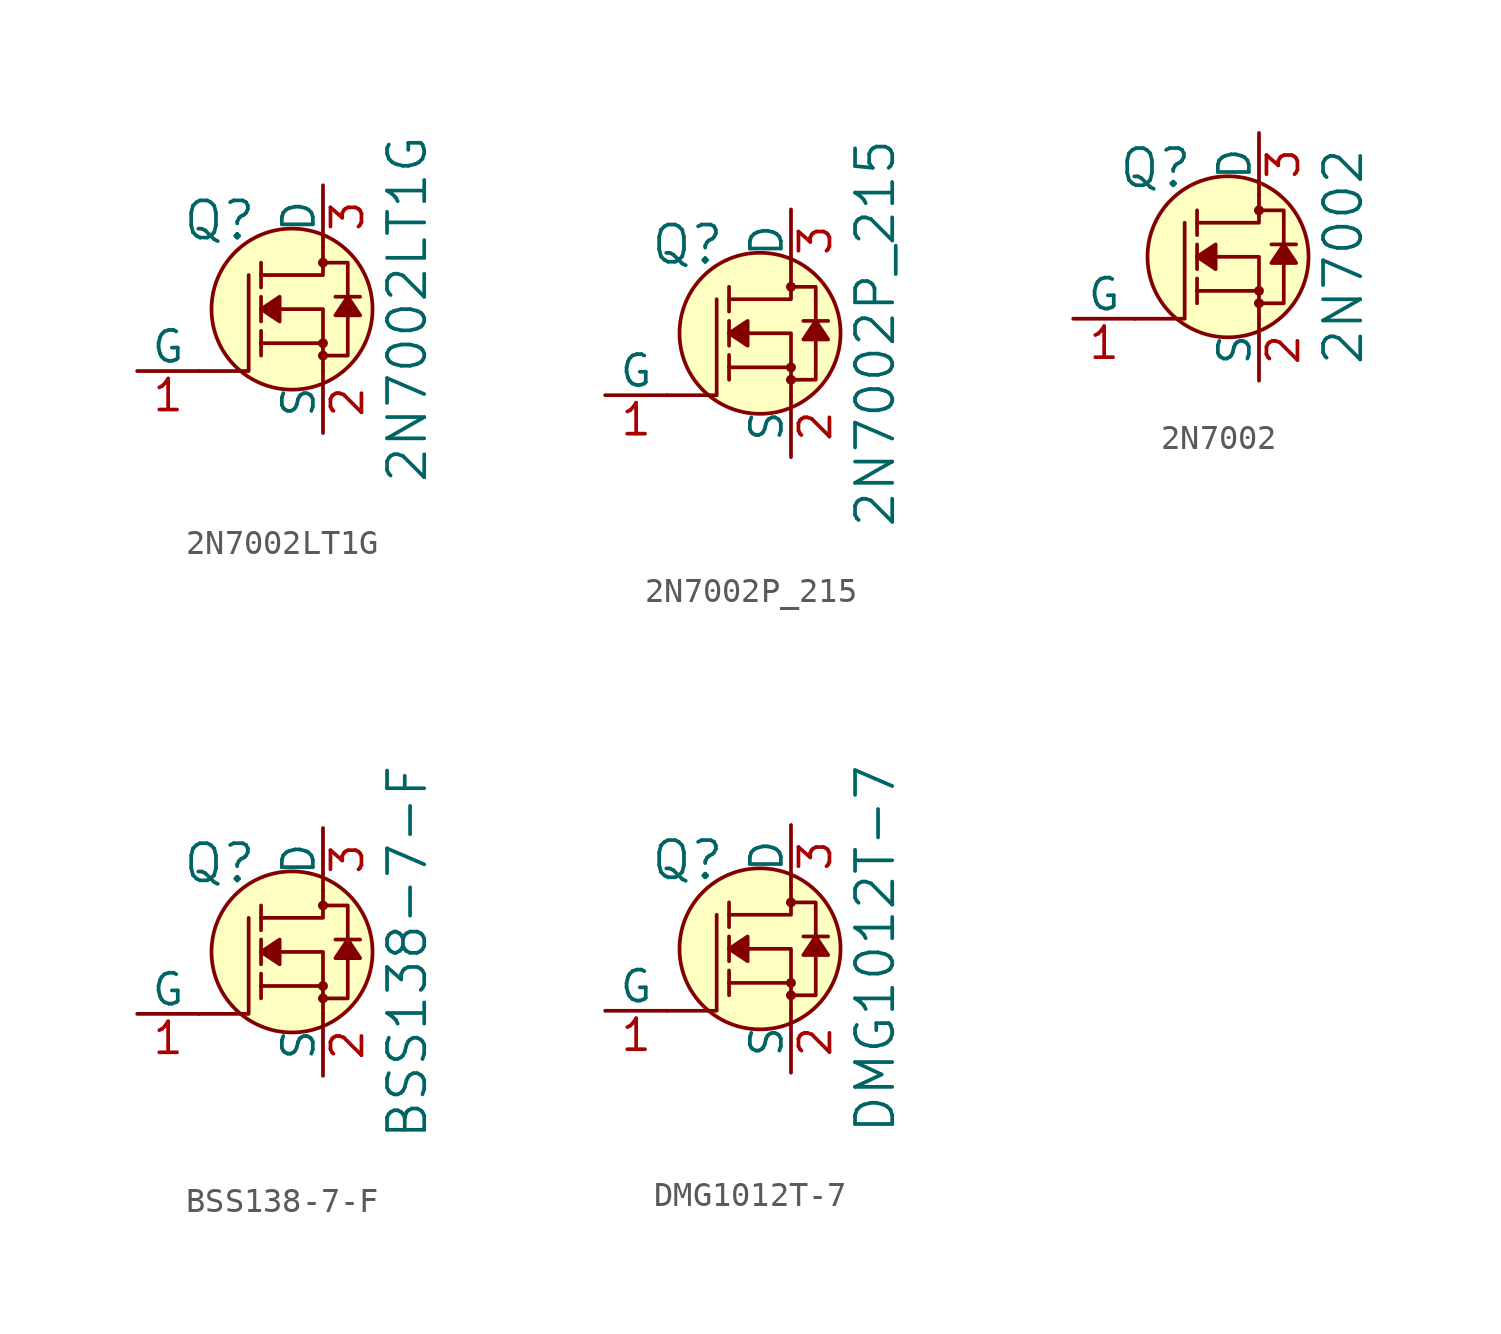
<source format=kicad_sym>
(kicad_symbol_lib
  (version 20220914)
  (generator kicad_symbol_editor)
  (symbol "2N7002LT1G"
    (pin_names
      (offset 0))
    (property "Reference" "Q"
      (at -2.692 3.632 0)
      (effects (font (size 1.524 1.524)) (justify right)))
    (property "Value" "2N7002LT1G"
      (at 3.454 0 90)
      (effects (font (size 1.524 1.524))))
    (symbol "2N7002LT1G_0_1"
      (circle (center -1.27 0) (radius 3.302) (stroke (width 0) (type solid)) (fill (type background)))
      (circle (center 0 -1.905) (radius 0.127) (stroke (width 0) (type solid)) (fill (type none)))
      (circle (center 0 -1.397) (radius 0.127) (stroke (width 0) (type solid)) (fill (type none)))
      (polyline (pts (xy 0 -1.397) (xy -2.54 -1.397)) (stroke (width 0) (type solid)) (fill (type none)))
      (polyline (pts (xy -5.08 -2.54) (xy -3.048 -2.54) (xy -3.048 1.397)) (stroke (width 0) (type solid)) (fill (type none)))
      (polyline (pts (xy 0 -2.54) (xy 0 0) (xy -2.54 0)) (stroke (width 0) (type solid)) (fill (type none)))
      (polyline (pts (xy 0 2.54) (xy 0 1.397) (xy -2.54 1.397)) (stroke (width 0) (type solid)) (fill (type none)))
      (polyline (pts (xy -0.127 -1.905) (xy 1.016 -1.905) (xy 1.016 1.397) (xy 1.016 1.905) (xy -0.127 1.905)) (stroke (width 0) (type solid)) (fill (type none)))
      (circle (center 0 1.905) (radius 0.127) (stroke (width 0) (type solid)) (fill (type none))))
    (symbol "2N7002LT1G_1_1"
      (polyline (pts (xy -2.54 -1.397) (xy -2.54 -1.905)) (stroke (width 0) (type solid)) (fill (type none)))
      (polyline (pts (xy -2.54 -1.397) (xy -2.54 -0.889)) (stroke (width 0) (type solid)) (fill (type none)))
      (polyline (pts (xy -2.54 0) (xy -2.54 -0.508)) (stroke (width 0) (type solid)) (fill (type none)))
      (polyline (pts (xy -2.54 0) (xy -2.54 0.508)) (stroke (width 0) (type solid)) (fill (type none)))
      (polyline (pts (xy -2.54 1.905) (xy -2.54 0.889)) (stroke (width 0) (type solid)) (fill (type none)))
      (polyline (pts (xy 1.524 0.508) (xy 0.508 0.508)) (stroke (width 0) (type solid)) (fill (type none)))
      (polyline (pts (xy -2.54 0) (xy -1.778 0.508) (xy -1.778 -0.508) (xy -2.54 0)) (stroke (width 0) (type solid)) (fill (type outline)))
      (polyline (pts (xy 1.016 0.508) (xy 0.508 -0.254) (xy 1.524 -0.254) (xy 1.016 0.508)) (stroke (width 0) (type solid)) (fill (type outline)))
      (pin bidirectional line (at -7.62 -2.54 0) (length 2.54) (name "G" (effects (font (size 1.27 1.27)))) (number "1" (effects (font (size 1.27 1.27)))))
      (pin bidirectional line (at 0 -5.08 90) (length 2.54) (name "S" (effects (font (size 1.27 1.27)))) (number "2" (effects (font (size 1.27 1.27)))))
      (pin bidirectional line (at 0 5.08 270) (length 2.54) (name "D" (effects (font (size 1.27 1.27)))) (number "3" (effects (font (size 1.27 1.27)))))))
  (symbol "2N7002P_215"
    (pin_names
      (offset 0))
    (property "Reference" "Q"
      (at -2.692 3.632 0)
      (effects (font (size 1.524 1.524)) (justify right)))
    (property "Value" "2N7002P_215"
      (at 3.454 0 90)
      (effects (font (size 1.524 1.524))))
    (symbol "2N7002P_215_0_1"
      (circle (center -1.27 0) (radius 3.302) (stroke (width 0) (type solid)) (fill (type background)))
      (circle (center 0 -1.905) (radius 0.127) (stroke (width 0) (type solid)) (fill (type none)))
      (circle (center 0 -1.397) (radius 0.127) (stroke (width 0) (type solid)) (fill (type none)))
      (polyline (pts (xy 0 -1.397) (xy -2.54 -1.397)) (stroke (width 0) (type solid)) (fill (type none)))
      (polyline (pts (xy -5.08 -2.54) (xy -3.048 -2.54) (xy -3.048 1.397)) (stroke (width 0) (type solid)) (fill (type none)))
      (polyline (pts (xy 0 -2.54) (xy 0 0) (xy -2.54 0)) (stroke (width 0) (type solid)) (fill (type none)))
      (polyline (pts (xy 0 2.54) (xy 0 1.397) (xy -2.54 1.397)) (stroke (width 0) (type solid)) (fill (type none)))
      (polyline (pts (xy -0.127 -1.905) (xy 1.016 -1.905) (xy 1.016 1.397) (xy 1.016 1.905) (xy -0.127 1.905)) (stroke (width 0) (type solid)) (fill (type none)))
      (circle (center 0 1.905) (radius 0.127) (stroke (width 0) (type solid)) (fill (type none))))
    (symbol "2N7002P_215_1_1"
      (polyline (pts (xy -2.54 -1.397) (xy -2.54 -1.905)) (stroke (width 0) (type solid)) (fill (type none)))
      (polyline (pts (xy -2.54 -1.397) (xy -2.54 -0.889)) (stroke (width 0) (type solid)) (fill (type none)))
      (polyline (pts (xy -2.54 0) (xy -2.54 -0.508)) (stroke (width 0) (type solid)) (fill (type none)))
      (polyline (pts (xy -2.54 0) (xy -2.54 0.508)) (stroke (width 0) (type solid)) (fill (type none)))
      (polyline (pts (xy -2.54 1.905) (xy -2.54 0.889)) (stroke (width 0) (type solid)) (fill (type none)))
      (polyline (pts (xy 1.524 0.508) (xy 0.508 0.508)) (stroke (width 0) (type solid)) (fill (type none)))
      (polyline (pts (xy -2.54 0) (xy -1.778 0.508) (xy -1.778 -0.508) (xy -2.54 0)) (stroke (width 0) (type solid)) (fill (type outline)))
      (polyline (pts (xy 1.016 0.508) (xy 0.508 -0.254) (xy 1.524 -0.254) (xy 1.016 0.508)) (stroke (width 0) (type solid)) (fill (type outline)))
      (pin bidirectional line (at -7.62 -2.54 0) (length 2.54) (name "G" (effects (font (size 1.27 1.27)))) (number "1" (effects (font (size 1.27 1.27)))))
      (pin bidirectional line (at 0 -5.08 90) (length 2.54) (name "S" (effects (font (size 1.27 1.27)))) (number "2" (effects (font (size 1.27 1.27)))))
      (pin bidirectional line (at 0 5.08 270) (length 2.54) (name "D" (effects (font (size 1.27 1.27)))) (number "3" (effects (font (size 1.27 1.27)))))))
  (symbol "2N7002"
    (pin_names
      (offset 0))
    (property "Reference" "Q"
      (at -2.692 3.632 0)
      (effects (font (size 1.524 1.524)) (justify right)))
    (property "Value" "2N7002"
      (at 3.454 0 90)
      (effects (font (size 1.524 1.524))))
    (symbol "2N7002_0_1"
      (circle (center -1.27 0) (radius 3.302) (stroke (width 0) (type solid)) (fill (type background)))
      (circle (center 0 -1.905) (radius 0.127) (stroke (width 0) (type solid)) (fill (type none)))
      (circle (center 0 -1.397) (radius 0.127) (stroke (width 0) (type solid)) (fill (type none)))
      (polyline (pts (xy 0 -1.397) (xy -2.54 -1.397)) (stroke (width 0) (type solid)) (fill (type none)))
      (polyline (pts (xy -5.08 -2.54) (xy -3.048 -2.54) (xy -3.048 1.397)) (stroke (width 0) (type solid)) (fill (type none)))
      (polyline (pts (xy 0 -2.54) (xy 0 0) (xy -2.54 0)) (stroke (width 0) (type solid)) (fill (type none)))
      (polyline (pts (xy 0 2.54) (xy 0 1.397) (xy -2.54 1.397)) (stroke (width 0) (type solid)) (fill (type none)))
      (polyline (pts (xy -0.127 -1.905) (xy 1.016 -1.905) (xy 1.016 1.397) (xy 1.016 1.905) (xy -0.127 1.905)) (stroke (width 0) (type solid)) (fill (type none)))
      (circle (center 0 1.905) (radius 0.127) (stroke (width 0) (type solid)) (fill (type none))))
    (symbol "2N7002_1_1"
      (polyline (pts (xy -2.54 -1.397) (xy -2.54 -1.905)) (stroke (width 0) (type solid)) (fill (type none)))
      (polyline (pts (xy -2.54 -1.397) (xy -2.54 -0.889)) (stroke (width 0) (type solid)) (fill (type none)))
      (polyline (pts (xy -2.54 0) (xy -2.54 -0.508)) (stroke (width 0) (type solid)) (fill (type none)))
      (polyline (pts (xy -2.54 0) (xy -2.54 0.508)) (stroke (width 0) (type solid)) (fill (type none)))
      (polyline (pts (xy -2.54 1.905) (xy -2.54 0.889)) (stroke (width 0) (type solid)) (fill (type none)))
      (polyline (pts (xy 1.524 0.508) (xy 0.508 0.508)) (stroke (width 0) (type solid)) (fill (type none)))
      (polyline (pts (xy -2.54 0) (xy -1.778 0.508) (xy -1.778 -0.508) (xy -2.54 0)) (stroke (width 0) (type solid)) (fill (type outline)))
      (polyline (pts (xy 1.016 0.508) (xy 0.508 -0.254) (xy 1.524 -0.254) (xy 1.016 0.508)) (stroke (width 0) (type solid)) (fill (type outline)))
      (pin bidirectional line (at -7.62 -2.54 0) (length 2.54) (name "G" (effects (font (size 1.27 1.27)))) (number "1" (effects (font (size 1.27 1.27)))))
      (pin bidirectional line (at 0 -5.08 90) (length 2.54) (name "S" (effects (font (size 1.27 1.27)))) (number "2" (effects (font (size 1.27 1.27)))))
      (pin bidirectional line (at 0 5.08 270) (length 2.54) (name "D" (effects (font (size 1.27 1.27)))) (number "3" (effects (font (size 1.27 1.27)))))))
  (symbol "BSS138-7-F"
    (pin_names
      (offset 0))
    (property "Reference" "Q"
      (at -2.692 3.632 0)
      (effects (font (size 1.524 1.524)) (justify right)))
    (property "Value" "BSS138-7-F"
      (at 3.454 0 90)
      (effects (font (size 1.524 1.524))))
    (symbol "BSS138-7-F_0_1"
      (circle (center -1.27 0) (radius 3.302) (stroke (width 0) (type solid)) (fill (type background)))
      (circle (center 0 -1.905) (radius 0.127) (stroke (width 0) (type solid)) (fill (type none)))
      (circle (center 0 -1.397) (radius 0.127) (stroke (width 0) (type solid)) (fill (type none)))
      (polyline (pts (xy 0 -1.397) (xy -2.54 -1.397)) (stroke (width 0) (type solid)) (fill (type none)))
      (polyline (pts (xy -5.08 -2.54) (xy -3.048 -2.54) (xy -3.048 1.397)) (stroke (width 0) (type solid)) (fill (type none)))
      (polyline (pts (xy 0 -2.54) (xy 0 0) (xy -2.54 0)) (stroke (width 0) (type solid)) (fill (type none)))
      (polyline (pts (xy 0 2.54) (xy 0 1.397) (xy -2.54 1.397)) (stroke (width 0) (type solid)) (fill (type none)))
      (polyline (pts (xy -0.127 -1.905) (xy 1.016 -1.905) (xy 1.016 1.397) (xy 1.016 1.905) (xy -0.127 1.905)) (stroke (width 0) (type solid)) (fill (type none)))
      (circle (center 0 1.905) (radius 0.127) (stroke (width 0) (type solid)) (fill (type none))))
    (symbol "BSS138-7-F_1_1"
      (polyline (pts (xy -2.54 -1.397) (xy -2.54 -1.905)) (stroke (width 0) (type solid)) (fill (type none)))
      (polyline (pts (xy -2.54 -1.397) (xy -2.54 -0.889)) (stroke (width 0) (type solid)) (fill (type none)))
      (polyline (pts (xy -2.54 0) (xy -2.54 -0.508)) (stroke (width 0) (type solid)) (fill (type none)))
      (polyline (pts (xy -2.54 0) (xy -2.54 0.508)) (stroke (width 0) (type solid)) (fill (type none)))
      (polyline (pts (xy -2.54 1.905) (xy -2.54 0.889)) (stroke (width 0) (type solid)) (fill (type none)))
      (polyline (pts (xy 1.524 0.508) (xy 0.508 0.508)) (stroke (width 0) (type solid)) (fill (type none)))
      (polyline (pts (xy -2.54 0) (xy -1.778 0.508) (xy -1.778 -0.508) (xy -2.54 0)) (stroke (width 0) (type solid)) (fill (type outline)))
      (polyline (pts (xy 1.016 0.508) (xy 0.508 -0.254) (xy 1.524 -0.254) (xy 1.016 0.508)) (stroke (width 0) (type solid)) (fill (type outline)))
      (pin bidirectional line (at -7.62 -2.54 0) (length 2.54) (name "G" (effects (font (size 1.27 1.27)))) (number "1" (effects (font (size 1.27 1.27)))))
      (pin bidirectional line (at 0 -5.08 90) (length 2.54) (name "S" (effects (font (size 1.27 1.27)))) (number "2" (effects (font (size 1.27 1.27)))))
      (pin bidirectional line (at 0 5.08 270) (length 2.54) (name "D" (effects (font (size 1.27 1.27)))) (number "3" (effects (font (size 1.27 1.27)))))))
  (symbol "DMG1012T-7"
    (pin_names
      (offset 0))
    (property "Reference" "Q"
      (at -2.692 3.632 0)
      (effects (font (size 1.524 1.524)) (justify right)))
    (property "Value" "DMG1012T-7"
      (at 3.454 0 90)
      (effects (font (size 1.524 1.524))))
    (symbol "DMG1012T-7_0_1"
      (circle (center -1.27 0) (radius 3.302) (stroke (width 0) (type solid)) (fill (type background)))
      (circle (center 0 -1.905) (radius 0.127) (stroke (width 0) (type solid)) (fill (type none)))
      (circle (center 0 -1.397) (radius 0.127) (stroke (width 0) (type solid)) (fill (type none)))
      (polyline (pts (xy 0 -1.397) (xy -2.54 -1.397)) (stroke (width 0) (type solid)) (fill (type none)))
      (polyline (pts (xy -5.08 -2.54) (xy -3.048 -2.54) (xy -3.048 1.397)) (stroke (width 0) (type solid)) (fill (type none)))
      (polyline (pts (xy 0 -2.54) (xy 0 0) (xy -2.54 0)) (stroke (width 0) (type solid)) (fill (type none)))
      (polyline (pts (xy 0 2.54) (xy 0 1.397) (xy -2.54 1.397)) (stroke (width 0) (type solid)) (fill (type none)))
      (polyline (pts (xy -0.127 -1.905) (xy 1.016 -1.905) (xy 1.016 1.397) (xy 1.016 1.905) (xy -0.127 1.905)) (stroke (width 0) (type solid)) (fill (type none)))
      (circle (center 0 1.905) (radius 0.127) (stroke (width 0) (type solid)) (fill (type none))))
    (symbol "DMG1012T-7_1_1"
      (polyline (pts (xy -2.54 -1.397) (xy -2.54 -1.905)) (stroke (width 0) (type solid)) (fill (type none)))
      (polyline (pts (xy -2.54 -1.397) (xy -2.54 -0.889)) (stroke (width 0) (type solid)) (fill (type none)))
      (polyline (pts (xy -2.54 0) (xy -2.54 -0.508)) (stroke (width 0) (type solid)) (fill (type none)))
      (polyline (pts (xy -2.54 0) (xy -2.54 0.508)) (stroke (width 0) (type solid)) (fill (type none)))
      (polyline (pts (xy -2.54 1.905) (xy -2.54 0.889)) (stroke (width 0) (type solid)) (fill (type none)))
      (polyline (pts (xy 1.524 0.508) (xy 0.508 0.508)) (stroke (width 0) (type solid)) (fill (type none)))
      (polyline (pts (xy -2.54 0) (xy -1.778 0.508) (xy -1.778 -0.508) (xy -2.54 0)) (stroke (width 0) (type solid)) (fill (type outline)))
      (polyline (pts (xy 1.016 0.508) (xy 0.508 -0.254) (xy 1.524 -0.254) (xy 1.016 0.508)) (stroke (width 0) (type solid)) (fill (type outline)))
      (pin bidirectional line (at -7.62 -2.54 0) (length 2.54) (name "G" (effects (font (size 1.27 1.27)))) (number "1" (effects (font (size 1.27 1.27)))))
      (pin bidirectional line (at 0 -5.08 90) (length 2.54) (name "S" (effects (font (size 1.27 1.27)))) (number "2" (effects (font (size 1.27 1.27)))))
      (pin bidirectional line (at 0 5.08 270) (length 2.54) (name "D" (effects (font (size 1.27 1.27)))) (number "3" (effects (font (size 1.27 1.27))))))))
</source>
